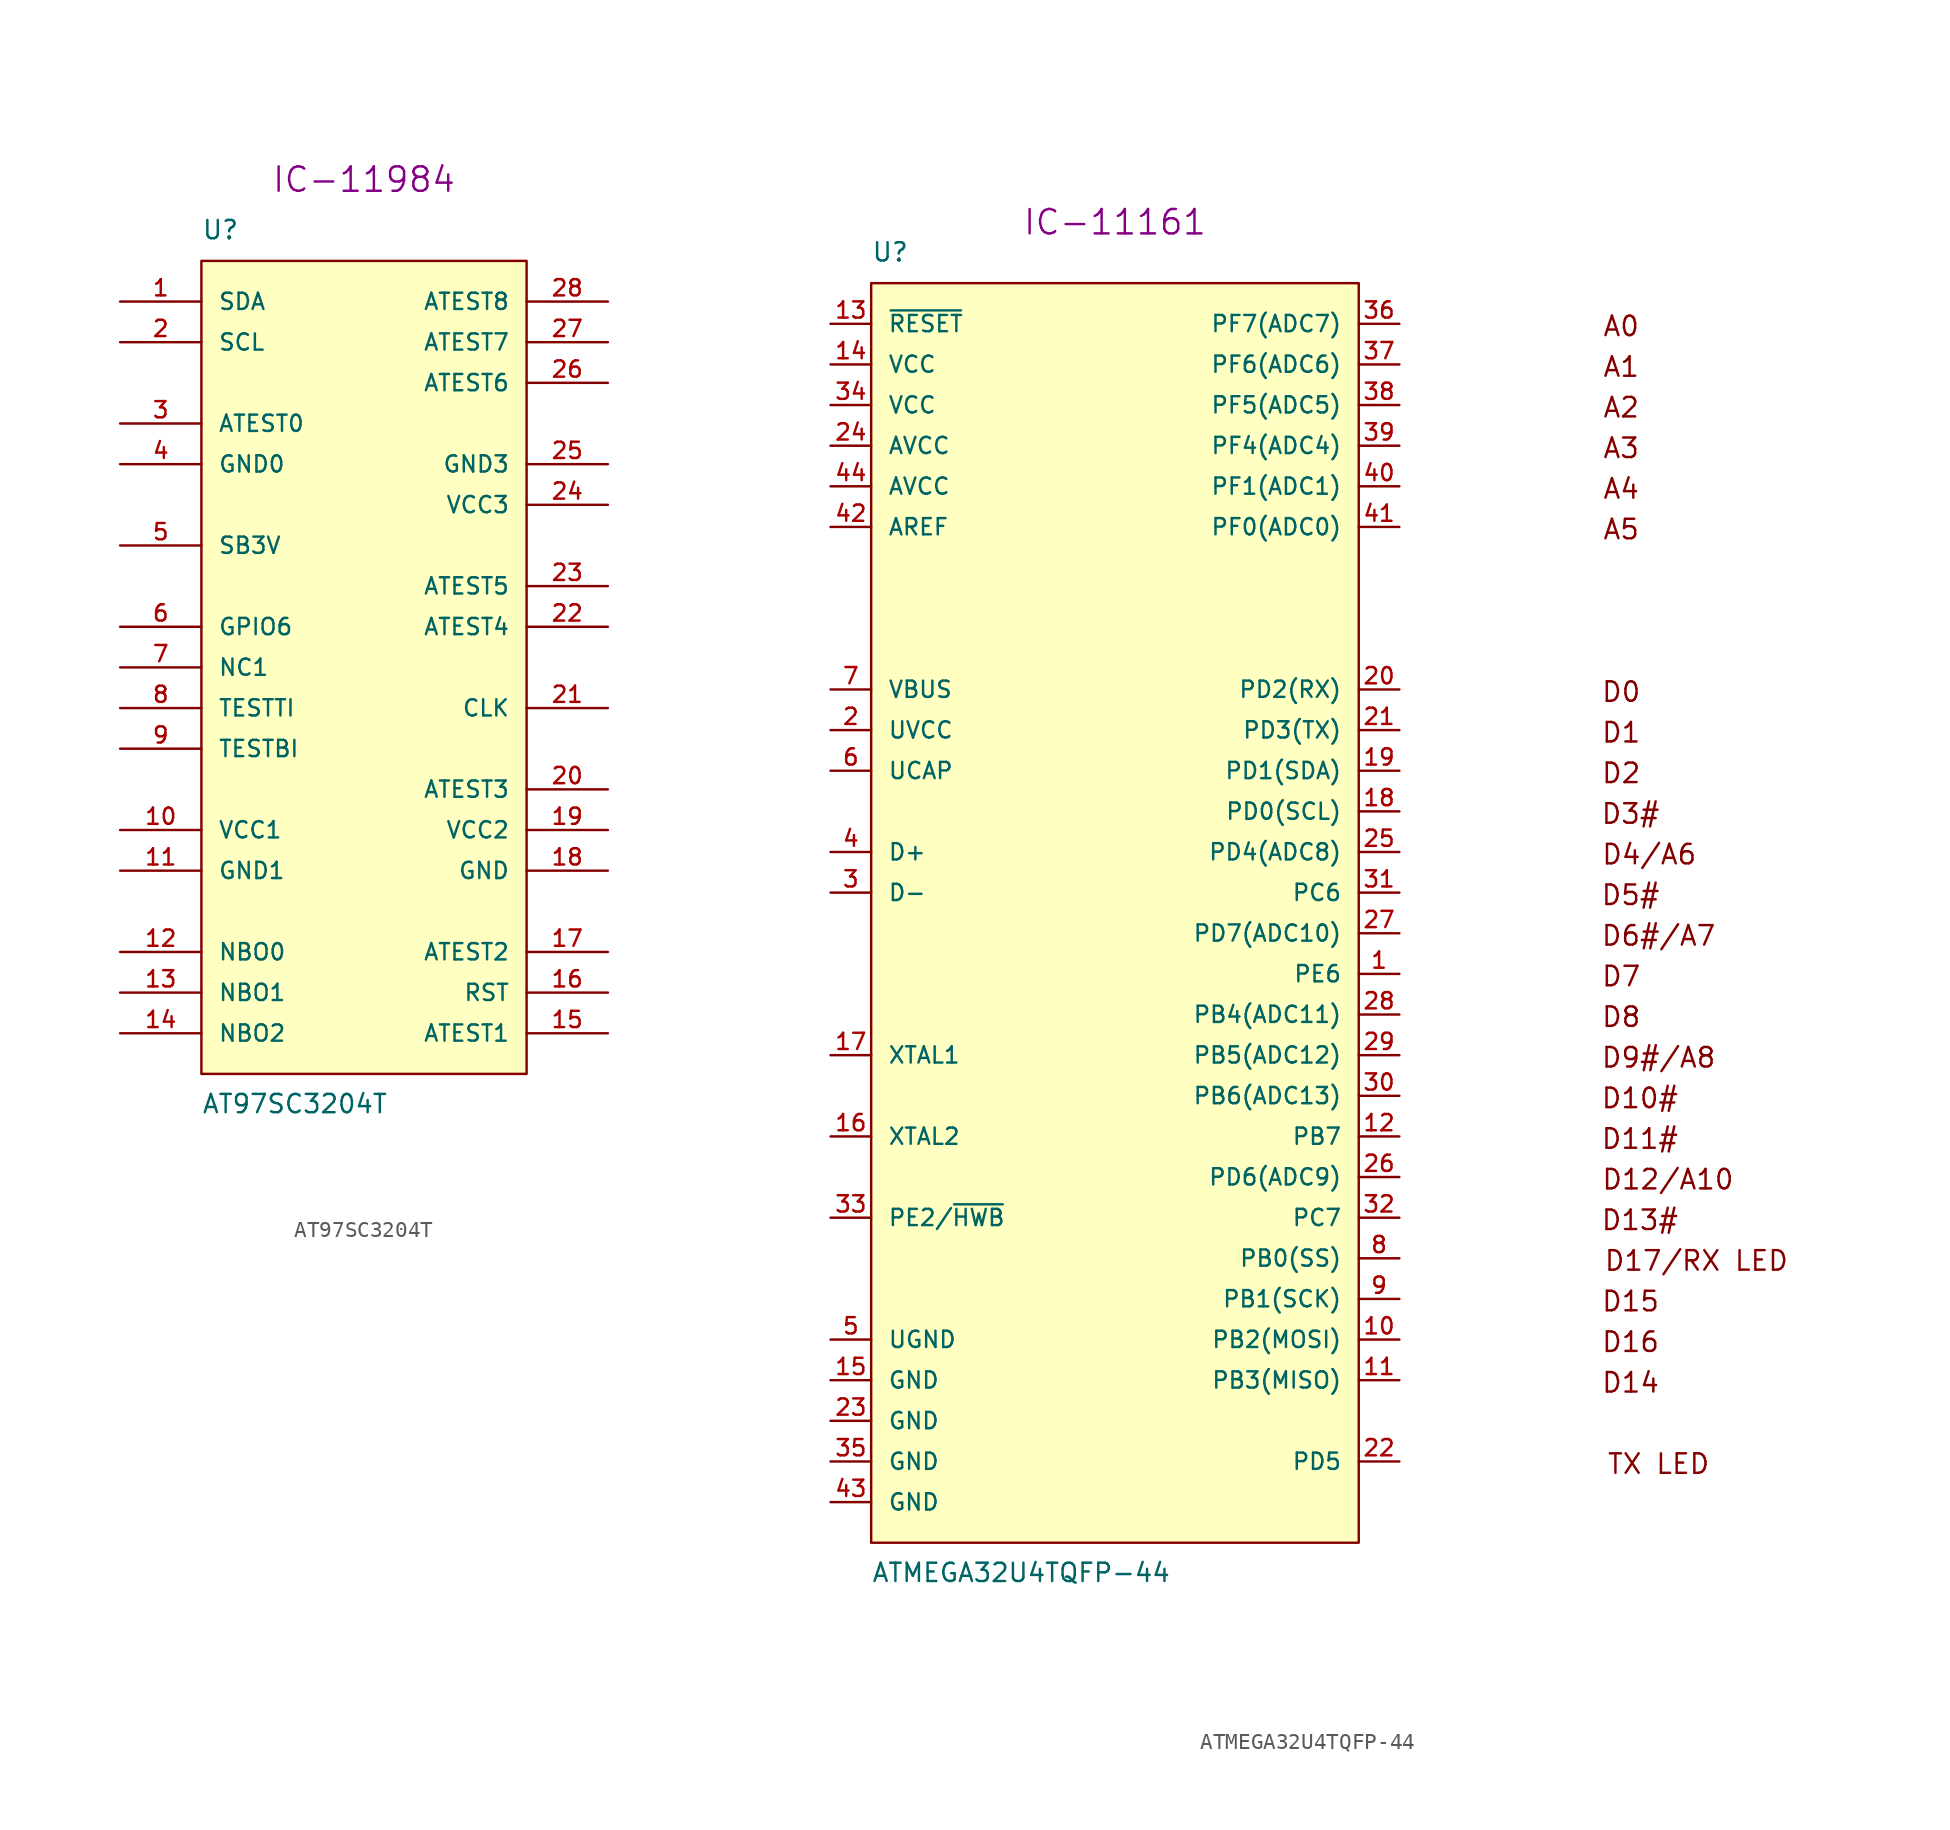
<source format=kicad_sym>
(kicad_symbol_lib
  (version 20220914)
  (generator kicad_symbol_editor)
  (symbol "AT97SC3204T"
    (pin_names
      (offset 1.016))
    (property "Reference" "U"
      (at -10.16 26.67 0)
      (effects (font (size 1.143 1.143)) (justify left bottom)))
    (property "Value" "AT97SC3204T"
      (at -10.16 -27.94 0)
      (effects (font (size 1.143 1.143)) (justify left bottom)))
    (property "Field4" "IC-11984"
      (at 0 30.48 0)
      (effects (font (size 1.524 1.524))))
    (property "ki_locked" ""
      (at 0 0 0)
      (effects (font (size 1.27 1.27))))
    (symbol "AT97SC3204T_1_1"
      (polyline (pts (xy 10.16 25.4) (xy 10.16 -25.4) (xy -10.16 -25.4) (xy -10.16 25.4) (xy 10.16 25.4)) (stroke (width 0) (type solid)) (fill (type background)))
      (pin bidirectional line (at -15.24 22.86 0) (length 5.08) (name "SDA" (effects (font (size 1.016 1.016)))) (number "1" (effects (font (size 1.016 1.016)))))
      (pin power_in line (at -15.24 -10.16 0) (length 5.08) (name "VCC1" (effects (font (size 1.016 1.016)))) (number "10" (effects (font (size 1.016 1.016)))))
      (pin power_in line (at -15.24 -12.7 0) (length 5.08) (name "GND1" (effects (font (size 1.016 1.016)))) (number "11" (effects (font (size 1.016 1.016)))))
      (pin unspecified line (at -15.24 -17.78 0) (length 5.08) (name "NBO0" (effects (font (size 1.016 1.016)))) (number "12" (effects (font (size 1.016 1.016)))))
      (pin unspecified line (at -15.24 -20.32 0) (length 5.08) (name "NBO1" (effects (font (size 1.016 1.016)))) (number "13" (effects (font (size 1.016 1.016)))))
      (pin unspecified line (at -15.24 -22.86 0) (length 5.08) (name "NBO2" (effects (font (size 1.016 1.016)))) (number "14" (effects (font (size 1.016 1.016)))))
      (pin power_in line (at 15.24 -22.86 180) (length 5.08) (name "ATEST1" (effects (font (size 1.016 1.016)))) (number "15" (effects (font (size 1.016 1.016)))))
      (pin bidirectional line (at 15.24 -20.32 180) (length 5.08) (name "RST" (effects (font (size 1.016 1.016)))) (number "16" (effects (font (size 1.016 1.016)))))
      (pin power_in line (at 15.24 -17.78 180) (length 5.08) (name "ATEST2" (effects (font (size 1.016 1.016)))) (number "17" (effects (font (size 1.016 1.016)))))
      (pin power_in line (at 15.24 -12.7 180) (length 5.08) (name "GND" (effects (font (size 1.016 1.016)))) (number "18" (effects (font (size 1.016 1.016)))))
      (pin power_in line (at 15.24 -10.16 180) (length 5.08) (name "VCC2" (effects (font (size 1.016 1.016)))) (number "19" (effects (font (size 1.016 1.016)))))
      (pin bidirectional line (at -15.24 20.32 0) (length 5.08) (name "SCL" (effects (font (size 1.016 1.016)))) (number "2" (effects (font (size 1.016 1.016)))))
      (pin power_in line (at 15.24 -7.62 180) (length 5.08) (name "ATEST3" (effects (font (size 1.016 1.016)))) (number "20" (effects (font (size 1.016 1.016)))))
      (pin bidirectional line (at 15.24 -2.54 180) (length 5.08) (name "CLK" (effects (font (size 1.016 1.016)))) (number "21" (effects (font (size 1.016 1.016)))))
      (pin power_in line (at 15.24 2.54 180) (length 5.08) (name "ATEST4" (effects (font (size 1.016 1.016)))) (number "22" (effects (font (size 1.016 1.016)))))
      (pin power_in line (at 15.24 5.08 180) (length 5.08) (name "ATEST5" (effects (font (size 1.016 1.016)))) (number "23" (effects (font (size 1.016 1.016)))))
      (pin power_in line (at 15.24 10.16 180) (length 5.08) (name "VCC3" (effects (font (size 1.016 1.016)))) (number "24" (effects (font (size 1.016 1.016)))))
      (pin power_in line (at 15.24 12.7 180) (length 5.08) (name "GND3" (effects (font (size 1.016 1.016)))) (number "25" (effects (font (size 1.016 1.016)))))
      (pin power_in line (at 15.24 17.78 180) (length 5.08) (name "ATEST6" (effects (font (size 1.016 1.016)))) (number "26" (effects (font (size 1.016 1.016)))))
      (pin power_in line (at 15.24 20.32 180) (length 5.08) (name "ATEST7" (effects (font (size 1.016 1.016)))) (number "27" (effects (font (size 1.016 1.016)))))
      (pin power_in line (at 15.24 22.86 180) (length 5.08) (name "ATEST8" (effects (font (size 1.016 1.016)))) (number "28" (effects (font (size 1.016 1.016)))))
      (pin power_in line (at -15.24 15.24 0) (length 5.08) (name "ATEST0" (effects (font (size 1.016 1.016)))) (number "3" (effects (font (size 1.016 1.016)))))
      (pin power_in line (at -15.24 12.7 0) (length 5.08) (name "GND0" (effects (font (size 1.016 1.016)))) (number "4" (effects (font (size 1.016 1.016)))))
      (pin power_in line (at -15.24 7.62 0) (length 5.08) (name "SB3V" (effects (font (size 1.016 1.016)))) (number "5" (effects (font (size 1.016 1.016)))))
      (pin bidirectional line (at -15.24 2.54 0) (length 5.08) (name "GPIO6" (effects (font (size 1.016 1.016)))) (number "6" (effects (font (size 1.016 1.016)))))
      (pin unspecified line (at -15.24 0 0) (length 5.08) (name "NC1" (effects (font (size 1.016 1.016)))) (number "7" (effects (font (size 1.016 1.016)))))
      (pin power_in line (at -15.24 -2.54 0) (length 5.08) (name "TESTTI" (effects (font (size 1.016 1.016)))) (number "8" (effects (font (size 1.016 1.016)))))
      (pin power_in line (at -15.24 -5.08 0) (length 5.08) (name "TESTBI" (effects (font (size 1.016 1.016)))) (number "9" (effects (font (size 1.016 1.016)))))))
  (symbol "ATMEGA32U4TQFP-44"
    (pin_names
      (offset 1.016))
    (property "Reference" "U"
      (at -15.24 40.64 0)
      (effects (font (size 1.143 1.143)) (justify left bottom)))
    (property "Value" "ATMEGA32U4TQFP-44"
      (at -15.24 -41.91 0)
      (effects (font (size 1.143 1.143)) (justify left bottom)))
    (property "Field4" "IC-11161"
      (at 0 43.18 0)
      (effects (font (size 1.524 1.524))))
    (property "ki_locked" ""
      (at 0 0 0)
      (effects (font (size 1.27 1.27))))
    (symbol "ATMEGA32U4TQFP-44_1_0"
      (text "A0" (at 31.648 36.678 0) (effects (font (size 1.219 1.219))))
      (text "A1" (at 31.648 34.138 0) (effects (font (size 1.219 1.219))))
      (text "A2" (at 31.648 31.598 0) (effects (font (size 1.219 1.219))))
      (text "A3" (at 31.648 29.058 0) (effects (font (size 1.219 1.219))))
      (text "A4" (at 31.648 26.518 0) (effects (font (size 1.219 1.219))))
      (text "A5" (at 31.648 23.978 0) (effects (font (size 1.219 1.219))))
      (text "D0" (at 31.648 13.818 0) (effects (font (size 1.219 1.219))))
      (text "D1" (at 31.648 11.278 0) (effects (font (size 1.219 1.219))))
      (text "D10#" (at 32.817 -11.582 0) (effects (font (size 1.219 1.219))))
      (text "D11#" (at 32.817 -14.122 0) (effects (font (size 1.219 1.219))))
      (text "D12/A10" (at 34.569 -16.662 0) (effects (font (size 1.219 1.219))))
      (text "D13#" (at 32.817 -19.202 0) (effects (font (size 1.219 1.219))))
      (text "D14" (at 32.233 -29.362 0) (effects (font (size 1.219 1.219))))
      (text "D15" (at 32.233 -24.282 0) (effects (font (size 1.219 1.219))))
      (text "D16" (at 32.233 -26.822 0) (effects (font (size 1.219 1.219))))
      (text "D17/RX LED" (at 36.347 -21.742 0) (effects (font (size 1.219 1.219))))
      (text "D2" (at 31.648 8.738 0) (effects (font (size 1.219 1.219))))
      (text "D3#" (at 32.233 6.198 0) (effects (font (size 1.219 1.219))))
      (text "D4/A6" (at 33.401 3.658 0) (effects (font (size 1.219 1.219))))
      (text "D5#" (at 32.233 1.118 0) (effects (font (size 1.219 1.219))))
      (text "D6#/A7" (at 33.985 -1.422 0) (effects (font (size 1.219 1.219))))
      (text "D7" (at 31.648 -3.962 0) (effects (font (size 1.219 1.219))))
      (text "D8" (at 31.648 -6.502 0) (effects (font (size 1.219 1.219))))
      (text "D9#/A8" (at 33.985 -9.042 0) (effects (font (size 1.219 1.219))))
      (text "TX LED" (at 33.985 -34.442 0) (effects (font (size 1.219 1.219)))))
    (symbol "ATMEGA32U4TQFP-44_1_1"
      (polyline (pts (xy -15.24 39.37) (xy -15.24 -39.37) (xy 15.24 -39.37) (xy 15.24 39.37) (xy -15.24 39.37)) (stroke (width 0) (type solid)) (fill (type background)))
      (pin bidirectional line (at 17.78 -3.81 180) (length 2.54) (name "PE6" (effects (font (size 1.016 1.016)))) (number "1" (effects (font (size 1.016 1.016)))))
      (pin bidirectional line (at 17.78 -26.67 180) (length 2.54) (name "PB2(MOSI)" (effects (font (size 1.016 1.016)))) (number "10" (effects (font (size 1.016 1.016)))))
      (pin bidirectional line (at 17.78 -29.21 180) (length 2.54) (name "PB3(MISO)" (effects (font (size 1.016 1.016)))) (number "11" (effects (font (size 1.016 1.016)))))
      (pin bidirectional line (at 17.78 -13.97 180) (length 2.54) (name "PB7" (effects (font (size 1.016 1.016)))) (number "12" (effects (font (size 1.016 1.016)))))
      (pin bidirectional line (at -17.78 36.83 0) (length 2.54) (name "~{RESET}" (effects (font (size 1.016 1.016)))) (number "13" (effects (font (size 1.016 1.016)))))
      (pin bidirectional line (at -17.78 34.29 0) (length 2.54) (name "VCC" (effects (font (size 1.016 1.016)))) (number "14" (effects (font (size 1.016 1.016)))))
      (pin bidirectional line (at -17.78 -29.21 0) (length 2.54) (name "GND" (effects (font (size 1.016 1.016)))) (number "15" (effects (font (size 1.016 1.016)))))
      (pin bidirectional line (at -17.78 -13.97 0) (length 2.54) (name "XTAL2" (effects (font (size 1.016 1.016)))) (number "16" (effects (font (size 1.016 1.016)))))
      (pin bidirectional line (at -17.78 -8.89 0) (length 2.54) (name "XTAL1" (effects (font (size 1.016 1.016)))) (number "17" (effects (font (size 1.016 1.016)))))
      (pin bidirectional line (at 17.78 6.35 180) (length 2.54) (name "PD0(SCL)" (effects (font (size 1.016 1.016)))) (number "18" (effects (font (size 1.016 1.016)))))
      (pin bidirectional line (at 17.78 8.89 180) (length 2.54) (name "PD1(SDA)" (effects (font (size 1.016 1.016)))) (number "19" (effects (font (size 1.016 1.016)))))
      (pin bidirectional line (at -17.78 11.43 0) (length 2.54) (name "UVCC" (effects (font (size 1.016 1.016)))) (number "2" (effects (font (size 1.016 1.016)))))
      (pin bidirectional line (at 17.78 13.97 180) (length 2.54) (name "PD2(RX)" (effects (font (size 1.016 1.016)))) (number "20" (effects (font (size 1.016 1.016)))))
      (pin bidirectional line (at 17.78 11.43 180) (length 2.54) (name "PD3(TX)" (effects (font (size 1.016 1.016)))) (number "21" (effects (font (size 1.016 1.016)))))
      (pin bidirectional line (at 17.78 -34.29 180) (length 2.54) (name "PD5" (effects (font (size 1.016 1.016)))) (number "22" (effects (font (size 1.016 1.016)))))
      (pin bidirectional line (at -17.78 -31.75 0) (length 2.54) (name "GND" (effects (font (size 1.016 1.016)))) (number "23" (effects (font (size 1.016 1.016)))))
      (pin bidirectional line (at -17.78 29.21 0) (length 2.54) (name "AVCC" (effects (font (size 1.016 1.016)))) (number "24" (effects (font (size 1.016 1.016)))))
      (pin bidirectional line (at 17.78 3.81 180) (length 2.54) (name "PD4(ADC8)" (effects (font (size 1.016 1.016)))) (number "25" (effects (font (size 1.016 1.016)))))
      (pin bidirectional line (at 17.78 -16.51 180) (length 2.54) (name "PD6(ADC9)" (effects (font (size 1.016 1.016)))) (number "26" (effects (font (size 1.016 1.016)))))
      (pin bidirectional line (at 17.78 -1.27 180) (length 2.54) (name "PD7(ADC10)" (effects (font (size 1.016 1.016)))) (number "27" (effects (font (size 1.016 1.016)))))
      (pin bidirectional line (at 17.78 -6.35 180) (length 2.54) (name "PB4(ADC11)" (effects (font (size 1.016 1.016)))) (number "28" (effects (font (size 1.016 1.016)))))
      (pin bidirectional line (at 17.78 -8.89 180) (length 2.54) (name "PB5(ADC12)" (effects (font (size 1.016 1.016)))) (number "29" (effects (font (size 1.016 1.016)))))
      (pin bidirectional line (at -17.78 1.27 0) (length 2.54) (name "D-" (effects (font (size 1.016 1.016)))) (number "3" (effects (font (size 1.016 1.016)))))
      (pin bidirectional line (at 17.78 -11.43 180) (length 2.54) (name "PB6(ADC13)" (effects (font (size 1.016 1.016)))) (number "30" (effects (font (size 1.016 1.016)))))
      (pin bidirectional line (at 17.78 1.27 180) (length 2.54) (name "PC6" (effects (font (size 1.016 1.016)))) (number "31" (effects (font (size 1.016 1.016)))))
      (pin bidirectional line (at 17.78 -19.05 180) (length 2.54) (name "PC7" (effects (font (size 1.016 1.016)))) (number "32" (effects (font (size 1.016 1.016)))))
      (pin bidirectional line (at -17.78 -19.05 0) (length 2.54) (name "PE2/~{HWB}" (effects (font (size 1.016 1.016)))) (number "33" (effects (font (size 1.016 1.016)))))
      (pin bidirectional line (at -17.78 31.75 0) (length 2.54) (name "VCC" (effects (font (size 1.016 1.016)))) (number "34" (effects (font (size 1.016 1.016)))))
      (pin bidirectional line (at -17.78 -34.29 0) (length 2.54) (name "GND" (effects (font (size 1.016 1.016)))) (number "35" (effects (font (size 1.016 1.016)))))
      (pin bidirectional line (at 17.78 36.83 180) (length 2.54) (name "PF7(ADC7)" (effects (font (size 1.016 1.016)))) (number "36" (effects (font (size 1.016 1.016)))))
      (pin bidirectional line (at 17.78 34.29 180) (length 2.54) (name "PF6(ADC6)" (effects (font (size 1.016 1.016)))) (number "37" (effects (font (size 1.016 1.016)))))
      (pin bidirectional line (at 17.78 31.75 180) (length 2.54) (name "PF5(ADC5)" (effects (font (size 1.016 1.016)))) (number "38" (effects (font (size 1.016 1.016)))))
      (pin bidirectional line (at 17.78 29.21 180) (length 2.54) (name "PF4(ADC4)" (effects (font (size 1.016 1.016)))) (number "39" (effects (font (size 1.016 1.016)))))
      (pin bidirectional line (at -17.78 3.81 0) (length 2.54) (name "D+" (effects (font (size 1.016 1.016)))) (number "4" (effects (font (size 1.016 1.016)))))
      (pin bidirectional line (at 17.78 26.67 180) (length 2.54) (name "PF1(ADC1)" (effects (font (size 1.016 1.016)))) (number "40" (effects (font (size 1.016 1.016)))))
      (pin bidirectional line (at 17.78 24.13 180) (length 2.54) (name "PF0(ADC0)" (effects (font (size 1.016 1.016)))) (number "41" (effects (font (size 1.016 1.016)))))
      (pin bidirectional line (at -17.78 24.13 0) (length 2.54) (name "AREF" (effects (font (size 1.016 1.016)))) (number "42" (effects (font (size 1.016 1.016)))))
      (pin bidirectional line (at -17.78 -36.83 0) (length 2.54) (name "GND" (effects (font (size 1.016 1.016)))) (number "43" (effects (font (size 1.016 1.016)))))
      (pin bidirectional line (at -17.78 26.67 0) (length 2.54) (name "AVCC" (effects (font (size 1.016 1.016)))) (number "44" (effects (font (size 1.016 1.016)))))
      (pin bidirectional line (at -17.78 -26.67 0) (length 2.54) (name "UGND" (effects (font (size 1.016 1.016)))) (number "5" (effects (font (size 1.016 1.016)))))
      (pin bidirectional line (at -17.78 8.89 0) (length 2.54) (name "UCAP" (effects (font (size 1.016 1.016)))) (number "6" (effects (font (size 1.016 1.016)))))
      (pin bidirectional line (at -17.78 13.97 0) (length 2.54) (name "VBUS" (effects (font (size 1.016 1.016)))) (number "7" (effects (font (size 1.016 1.016)))))
      (pin bidirectional line (at 17.78 -21.59 180) (length 2.54) (name "PB0(SS)" (effects (font (size 1.016 1.016)))) (number "8" (effects (font (size 1.016 1.016)))))
      (pin bidirectional line (at 17.78 -24.13 180) (length 2.54) (name "PB1(SCK)" (effects (font (size 1.016 1.016)))) (number "9" (effects (font (size 1.016 1.016))))))))
</source>
